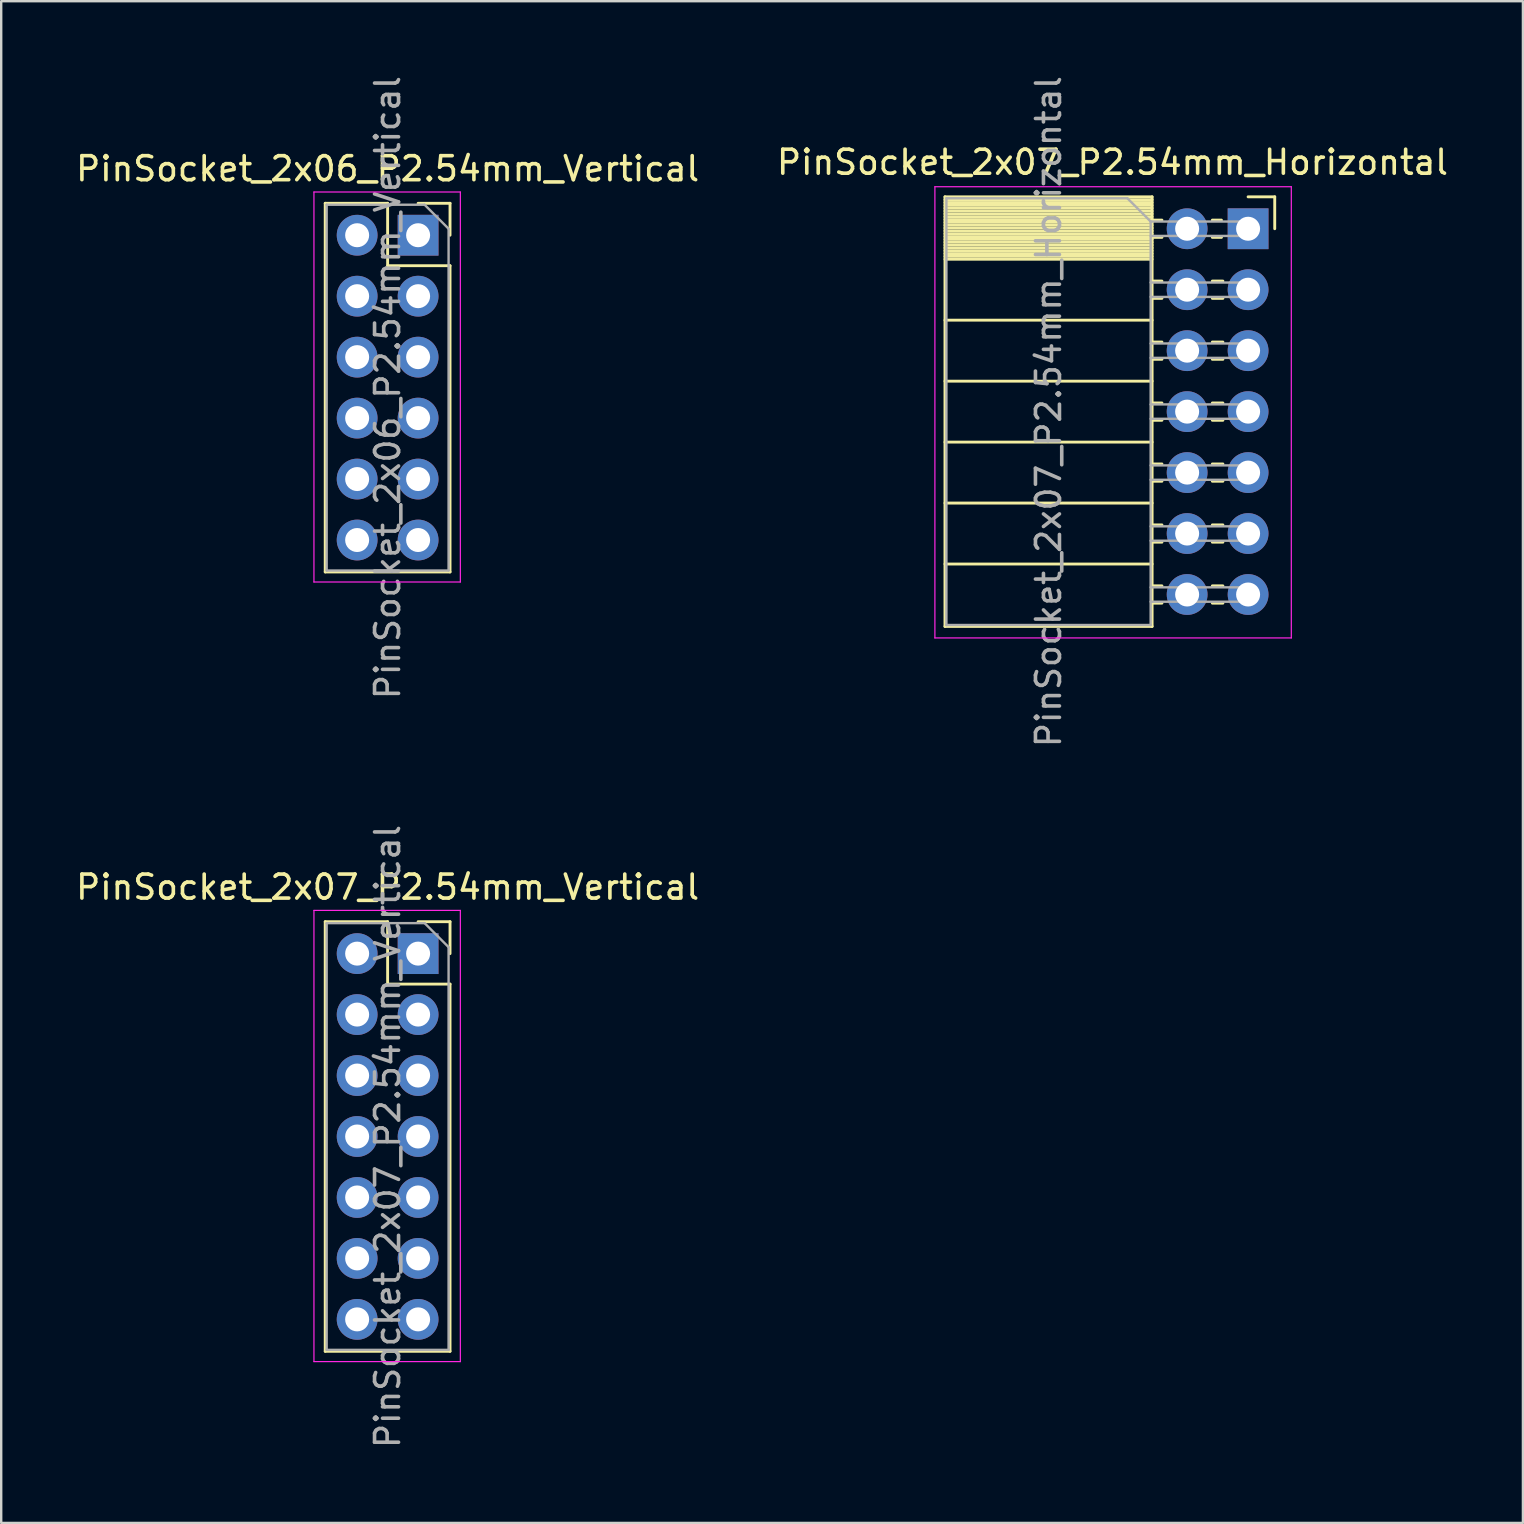
<source format=kicad_pcb>
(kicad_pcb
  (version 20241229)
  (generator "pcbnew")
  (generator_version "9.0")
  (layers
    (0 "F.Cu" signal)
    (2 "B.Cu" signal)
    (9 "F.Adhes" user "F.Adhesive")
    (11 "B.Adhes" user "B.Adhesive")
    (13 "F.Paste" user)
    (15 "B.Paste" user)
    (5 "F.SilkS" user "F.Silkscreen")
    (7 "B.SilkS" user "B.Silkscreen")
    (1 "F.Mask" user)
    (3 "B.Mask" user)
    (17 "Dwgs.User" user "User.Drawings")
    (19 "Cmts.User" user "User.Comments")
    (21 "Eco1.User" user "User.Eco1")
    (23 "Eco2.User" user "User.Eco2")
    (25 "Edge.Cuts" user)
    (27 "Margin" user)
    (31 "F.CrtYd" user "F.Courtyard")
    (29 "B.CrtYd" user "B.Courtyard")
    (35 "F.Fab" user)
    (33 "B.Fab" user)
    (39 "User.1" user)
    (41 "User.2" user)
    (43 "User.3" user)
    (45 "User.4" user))
  (footprint "PinSocket_2x07_P2.54mm_Horizontal"
    (layer "F.Cu")
    (at 48.954 6.481)
    (property "Reference" "PinSocket_2x07_P2.54mm_Horizontal" (at -5.65 -2.77 0) (layer "F.SilkS") (effects (font (size 1 1) (thickness 0.15))))
    (attr through_hole)
    (fp_line (start -12.63 -1.33) (end -12.63 16.57) (stroke (width 0.12) (type solid)) (layer "F.SilkS"))
    (fp_line (start -12.63 -1.33) (end -4 -1.33) (stroke (width 0.12) (type solid)) (layer "F.SilkS"))
    (fp_line (start -12.63 -1.21) (end -4 -1.21) (stroke (width 0.12) (type solid)) (layer "F.SilkS"))
    (fp_line (start -12.63 -1.092) (end -4 -1.092) (stroke (width 0.12) (type solid)) (layer "F.SilkS"))
    (fp_line (start -12.63 -0.974) (end -4 -0.974) (stroke (width 0.12) (type solid)) (layer "F.SilkS"))
    (fp_line (start -12.63 -0.856) (end -4 -0.856) (stroke (width 0.12) (type solid)) (layer "F.SilkS"))
    (fp_line (start -12.63 -0.738) (end -4 -0.738) (stroke (width 0.12) (type solid)) (layer "F.SilkS"))
    (fp_line (start -12.63 -0.62) (end -4 -0.62) (stroke (width 0.12) (type solid)) (layer "F.SilkS"))
    (fp_line (start -12.63 -0.501) (end -4 -0.501) (stroke (width 0.12) (type solid)) (layer "F.SilkS"))
    (fp_line (start -12.63 -0.383) (end -4 -0.383) (stroke (width 0.12) (type solid)) (layer "F.SilkS"))
    (fp_line (start -12.63 -0.265) (end -4 -0.265) (stroke (width 0.12) (type solid)) (layer "F.SilkS"))
    (fp_line (start -12.63 -0.147) (end -4 -0.147) (stroke (width 0.12) (type solid)) (layer "F.SilkS"))
    (fp_line (start -12.63 -0.029) (end -4 -0.029) (stroke (width 0.12) (type solid)) (layer "F.SilkS"))
    (fp_line (start -12.63 0.089) (end -4 0.089) (stroke (width 0.12) (type solid)) (layer "F.SilkS"))
    (fp_line (start -12.63 0.207) (end -4 0.207) (stroke (width 0.12) (type solid)) (layer "F.SilkS"))
    (fp_line (start -12.63 0.325) (end -4 0.325) (stroke (width 0.12) (type solid)) (layer "F.SilkS"))
    (fp_line (start -12.63 0.443) (end -4 0.443) (stroke (width 0.12) (type solid)) (layer "F.SilkS"))
    (fp_line (start -12.63 0.561) (end -4 0.561) (stroke (width 0.12) (type solid)) (layer "F.SilkS"))
    (fp_line (start -12.63 0.68) (end -4 0.68) (stroke (width 0.12) (type solid)) (layer "F.SilkS"))
    (fp_line (start -12.63 0.798) (end -4 0.798) (stroke (width 0.12) (type solid)) (layer "F.SilkS"))
    (fp_line (start -12.63 0.916) (end -4 0.916) (stroke (width 0.12) (type solid)) (layer "F.SilkS"))
    (fp_line (start -12.63 1.034) (end -4 1.034) (stroke (width 0.12) (type solid)) (layer "F.SilkS"))
    (fp_line (start -12.63 1.152) (end -4 1.152) (stroke (width 0.12) (type solid)) (layer "F.SilkS"))
    (fp_line (start -12.63 1.27) (end -4 1.27) (stroke (width 0.12) (type solid)) (layer "F.SilkS"))
    (fp_line (start -12.63 3.81) (end -4 3.81) (stroke (width 0.12) (type solid)) (layer "F.SilkS"))
    (fp_line (start -12.63 6.35) (end -4 6.35) (stroke (width 0.12) (type solid)) (layer "F.SilkS"))
    (fp_line (start -12.63 8.89) (end -4 8.89) (stroke (width 0.12) (type solid)) (layer "F.SilkS"))
    (fp_line (start -12.63 11.43) (end -4 11.43) (stroke (width 0.12) (type solid)) (layer "F.SilkS"))
    (fp_line (start -12.63 13.97) (end -4 13.97) (stroke (width 0.12) (type solid)) (layer "F.SilkS"))
    (fp_line (start -12.63 16.57) (end -4 16.57) (stroke (width 0.12) (type solid)) (layer "F.SilkS"))
    (fp_line (start -4 -1.33) (end -4 16.57) (stroke (width 0.12) (type solid)) (layer "F.SilkS"))
    (fp_line (start -4 -0.36) (end -3.59 -0.36) (stroke (width 0.12) (type solid)) (layer "F.SilkS"))
    (fp_line (start -4 0.36) (end -3.59 0.36) (stroke (width 0.12) (type solid)) (layer "F.SilkS"))
    (fp_line (start -4 2.18) (end -3.59 2.18) (stroke (width 0.12) (type solid)) (layer "F.SilkS"))
    (fp_line (start -4 2.9) (end -3.59 2.9) (stroke (width 0.12) (type solid)) (layer "F.SilkS"))
    (fp_line (start -4 4.72) (end -3.59 4.72) (stroke (width 0.12) (type solid)) (layer "F.SilkS"))
    (fp_line (start -4 5.44) (end -3.59 5.44) (stroke (width 0.12) (type solid)) (layer "F.SilkS"))
    (fp_line (start -4 7.26) (end -3.59 7.26) (stroke (width 0.12) (type solid)) (layer "F.SilkS"))
    (fp_line (start -4 7.98) (end -3.59 7.98) (stroke (width 0.12) (type solid)) (layer "F.SilkS"))
    (fp_line (start -4 9.8) (end -3.59 9.8) (stroke (width 0.12) (type solid)) (layer "F.SilkS"))
    (fp_line (start -4 10.52) (end -3.59 10.52) (stroke (width 0.12) (type solid)) (layer "F.SilkS"))
    (fp_line (start -4 12.34) (end -3.59 12.34) (stroke (width 0.12) (type solid)) (layer "F.SilkS"))
    (fp_line (start -4 13.06) (end -3.59 13.06) (stroke (width 0.12) (type solid)) (layer "F.SilkS"))
    (fp_line (start -4 14.88) (end -3.59 14.88) (stroke (width 0.12) (type solid)) (layer "F.SilkS"))
    (fp_line (start -4 15.6) (end -3.59 15.6) (stroke (width 0.12) (type solid)) (layer "F.SilkS"))
    (fp_line (start -1.49 -0.36) (end -1.11 -0.36) (stroke (width 0.12) (type solid)) (layer "F.SilkS"))
    (fp_line (start -1.49 0.36) (end -1.11 0.36) (stroke (width 0.12) (type solid)) (layer "F.SilkS"))
    (fp_line (start -1.49 2.18) (end -1.05 2.18) (stroke (width 0.12) (type solid)) (layer "F.SilkS"))
    (fp_line (start -1.49 2.9) (end -1.05 2.9) (stroke (width 0.12) (type solid)) (layer "F.SilkS"))
    (fp_line (start -1.49 4.72) (end -1.05 4.72) (stroke (width 0.12) (type solid)) (layer "F.SilkS"))
    (fp_line (start -1.49 5.44) (end -1.05 5.44) (stroke (width 0.12) (type solid)) (layer "F.SilkS"))
    (fp_line (start -1.49 7.26) (end -1.05 7.26) (stroke (width 0.12) (type solid)) (layer "F.SilkS"))
    (fp_line (start -1.49 7.98) (end -1.05 7.98) (stroke (width 0.12) (type solid)) (layer "F.SilkS"))
    (fp_line (start -1.49 9.8) (end -1.05 9.8) (stroke (width 0.12) (type solid)) (layer "F.SilkS"))
    (fp_line (start -1.49 10.52) (end -1.05 10.52) (stroke (width 0.12) (type solid)) (layer "F.SilkS"))
    (fp_line (start -1.49 12.34) (end -1.05 12.34) (stroke (width 0.12) (type solid)) (layer "F.SilkS"))
    (fp_line (start -1.49 13.06) (end -1.05 13.06) (stroke (width 0.12) (type solid)) (layer "F.SilkS"))
    (fp_line (start -1.49 14.88) (end -1.05 14.88) (stroke (width 0.12) (type solid)) (layer "F.SilkS"))
    (fp_line (start -1.49 15.6) (end -1.05 15.6) (stroke (width 0.12) (type solid)) (layer "F.SilkS"))
    (fp_line (start 0 -1.33) (end 1.11 -1.33) (stroke (width 0.12) (type solid)) (layer "F.SilkS"))
    (fp_line (start 1.11 -1.33) (end 1.11 0) (stroke (width 0.12) (type solid)) (layer "F.SilkS"))
    (fp_line (start -13.05 -1.75) (end -13.05 17.05) (stroke (width 0.05) (type solid)) (layer "F.CrtYd"))
    (fp_line (start -13.05 17.05) (end 1.8 17.05) (stroke (width 0.05) (type solid)) (layer "F.CrtYd"))
    (fp_line (start 1.8 -1.75) (end -13.05 -1.75) (stroke (width 0.05) (type solid)) (layer "F.CrtYd"))
    (fp_line (start 1.8 17.05) (end 1.8 -1.75) (stroke (width 0.05) (type solid)) (layer "F.CrtYd"))
    (fp_line (start -12.57 -1.27) (end -5.03 -1.27) (stroke (width 0.1) (type solid)) (layer "F.Fab"))
    (fp_line (start -12.57 16.51) (end -12.57 -1.27) (stroke (width 0.1) (type solid)) (layer "F.Fab"))
    (fp_line (start -5.03 -1.27) (end -4.06 -0.3) (stroke (width 0.1) (type solid)) (layer "F.Fab"))
    (fp_line (start -4.06 -0.3) (end -4.06 16.51) (stroke (width 0.1) (type solid)) (layer "F.Fab"))
    (fp_line (start -4.06 0.3) (end 0 0.3) (stroke (width 0.1) (type solid)) (layer "F.Fab"))
    (fp_line (start -4.06 2.84) (end 0 2.84) (stroke (width 0.1) (type solid)) (layer "F.Fab"))
    (fp_line (start -4.06 5.38) (end 0 5.38) (stroke (width 0.1) (type solid)) (layer "F.Fab"))
    (fp_line (start -4.06 7.92) (end 0 7.92) (stroke (width 0.1) (type solid)) (layer "F.Fab"))
    (fp_line (start -4.06 10.46) (end 0 10.46) (stroke (width 0.1) (type solid)) (layer "F.Fab"))
    (fp_line (start -4.06 13) (end 0 13) (stroke (width 0.1) (type solid)) (layer "F.Fab"))
    (fp_line (start -4.06 15.54) (end 0 15.54) (stroke (width 0.1) (type solid)) (layer "F.Fab"))
    (fp_line (start -4.06 16.51) (end -12.57 16.51) (stroke (width 0.1) (type solid)) (layer "F.Fab"))
    (fp_line (start 0 -0.3) (end -4.06 -0.3) (stroke (width 0.1) (type solid)) (layer "F.Fab"))
    (fp_line (start 0 0.3) (end 0 -0.3) (stroke (width 0.1) (type solid)) (layer "F.Fab"))
    (fp_line (start 0 2.24) (end -4.06 2.24) (stroke (width 0.1) (type solid)) (layer "F.Fab"))
    (fp_line (start 0 2.84) (end 0 2.24) (stroke (width 0.1) (type solid)) (layer "F.Fab"))
    (fp_line (start 0 4.78) (end -4.06 4.78) (stroke (width 0.1) (type solid)) (layer "F.Fab"))
    (fp_line (start 0 5.38) (end 0 4.78) (stroke (width 0.1) (type solid)) (layer "F.Fab"))
    (fp_line (start 0 7.32) (end -4.06 7.32) (stroke (width 0.1) (type solid)) (layer "F.Fab"))
    (fp_line (start 0 7.92) (end 0 7.32) (stroke (width 0.1) (type solid)) (layer "F.Fab"))
    (fp_line (start 0 9.86) (end -4.06 9.86) (stroke (width 0.1) (type solid)) (layer "F.Fab"))
    (fp_line (start 0 10.46) (end 0 9.86) (stroke (width 0.1) (type solid)) (layer "F.Fab"))
    (fp_line (start 0 12.4) (end -4.06 12.4) (stroke (width 0.1) (type solid)) (layer "F.Fab"))
    (fp_line (start 0 13) (end 0 12.4) (stroke (width 0.1) (type solid)) (layer "F.Fab"))
    (fp_line (start 0 14.94) (end -4.06 14.94) (stroke (width 0.1) (type solid)) (layer "F.Fab"))
    (fp_line (start 0 15.54) (end 0 14.94) (stroke (width 0.1) (type solid)) (layer "F.Fab"))
    (fp_text user "${REFERENCE}" (at -8.315 7.62 90) (layer "F.Fab") (effects (font (size 1 1) (thickness 0.15))))
    (pad "1" thru_hole rect (at 0 0) (size 1.7 1.7) (drill 1) (layers "*.Cu" "*.Mask"))
    (pad "2" thru_hole oval (at -2.54 0) (size 1.7 1.7) (drill 1) (layers "*.Cu" "*.Mask"))
    (pad "3" thru_hole oval (at 0 2.54) (size 1.7 1.7) (drill 1) (layers "*.Cu" "*.Mask"))
    (pad "4" thru_hole oval (at -2.54 2.54) (size 1.7 1.7) (drill 1) (layers "*.Cu" "*.Mask"))
    (pad "5" thru_hole oval (at 0 5.08) (size 1.7 1.7) (drill 1) (layers "*.Cu" "*.Mask"))
    (pad "6" thru_hole oval (at -2.54 5.08) (size 1.7 1.7) (drill 1) (layers "*.Cu" "*.Mask"))
    (pad "7" thru_hole oval (at 0 7.62) (size 1.7 1.7) (drill 1) (layers "*.Cu" "*.Mask"))
    (pad "8" thru_hole oval (at -2.54 7.62) (size 1.7 1.7) (drill 1) (layers "*.Cu" "*.Mask"))
    (pad "9" thru_hole oval (at 0 10.16) (size 1.7 1.7) (drill 1) (layers "*.Cu" "*.Mask"))
    (pad "10" thru_hole oval (at -2.54 10.16) (size 1.7 1.7) (drill 1) (layers "*.Cu" "*.Mask"))
    (pad "11" thru_hole oval (at 0 12.7) (size 1.7 1.7) (drill 1) (layers "*.Cu" "*.Mask"))
    (pad "12" thru_hole oval (at -2.54 12.7) (size 1.7 1.7) (drill 1) (layers "*.Cu" "*.Mask"))
    (pad "13" thru_hole oval (at 0 15.24) (size 1.7 1.7) (drill 1) (layers "*.Cu" "*.Mask"))
    (pad "14" thru_hole oval (at -2.54 15.24) (size 1.7 1.7) (drill 1) (layers "*.Cu" "*.Mask")))
  (footprint "PinSocket_2x06_P2.54mm_Vertical"
    (layer "F.Cu")
    (at 14.371 6.751)
    (property "Reference" "PinSocket_2x06_P2.54mm_Vertical" (at -1.27 -2.77 0) (layer "F.SilkS") (effects (font (size 1 1) (thickness 0.15))))
    (attr through_hole)
    (fp_line (start -3.87 -1.33) (end -3.87 14.03) (stroke (width 0.12) (type solid)) (layer "F.SilkS"))
    (fp_line (start -3.87 -1.33) (end -1.27 -1.33) (stroke (width 0.12) (type solid)) (layer "F.SilkS"))
    (fp_line (start -3.87 14.03) (end 1.33 14.03) (stroke (width 0.12) (type solid)) (layer "F.SilkS"))
    (fp_line (start -1.27 -1.33) (end -1.27 1.27) (stroke (width 0.12) (type solid)) (layer "F.SilkS"))
    (fp_line (start -1.27 1.27) (end 1.33 1.27) (stroke (width 0.12) (type solid)) (layer "F.SilkS"))
    (fp_line (start 0 -1.33) (end 1.33 -1.33) (stroke (width 0.12) (type solid)) (layer "F.SilkS"))
    (fp_line (start 1.33 -1.33) (end 1.33 0) (stroke (width 0.12) (type solid)) (layer "F.SilkS"))
    (fp_line (start 1.33 1.27) (end 1.33 14.03) (stroke (width 0.12) (type solid)) (layer "F.SilkS"))
    (fp_line (start -4.34 -1.8) (end 1.76 -1.8) (stroke (width 0.05) (type solid)) (layer "F.CrtYd"))
    (fp_line (start -4.34 14.45) (end -4.34 -1.8) (stroke (width 0.05) (type solid)) (layer "F.CrtYd"))
    (fp_line (start 1.76 -1.8) (end 1.76 14.45) (stroke (width 0.05) (type solid)) (layer "F.CrtYd"))
    (fp_line (start 1.76 14.45) (end -4.34 14.45) (stroke (width 0.05) (type solid)) (layer "F.CrtYd"))
    (fp_line (start -3.81 -1.27) (end 0.27 -1.27) (stroke (width 0.1) (type solid)) (layer "F.Fab"))
    (fp_line (start -3.81 13.97) (end -3.81 -1.27) (stroke (width 0.1) (type solid)) (layer "F.Fab"))
    (fp_line (start 0.27 -1.27) (end 1.27 -0.27) (stroke (width 0.1) (type solid)) (layer "F.Fab"))
    (fp_line (start 1.27 -0.27) (end 1.27 13.97) (stroke (width 0.1) (type solid)) (layer "F.Fab"))
    (fp_line (start 1.27 13.97) (end -3.81 13.97) (stroke (width 0.1) (type solid)) (layer "F.Fab"))
    (fp_text user "${REFERENCE}" (at -1.27 6.35 90) (layer "F.Fab") (effects (font (size 1 1) (thickness 0.15))))
    (pad "1" thru_hole rect (at 0 0) (size 1.7 1.7) (drill 1) (layers "*.Cu" "*.Mask"))
    (pad "2" thru_hole oval (at -2.54 0) (size 1.7 1.7) (drill 1) (layers "*.Cu" "*.Mask"))
    (pad "3" thru_hole oval (at 0 2.54) (size 1.7 1.7) (drill 1) (layers "*.Cu" "*.Mask"))
    (pad "4" thru_hole oval (at -2.54 2.54) (size 1.7 1.7) (drill 1) (layers "*.Cu" "*.Mask"))
    (pad "5" thru_hole oval (at 0 5.08) (size 1.7 1.7) (drill 1) (layers "*.Cu" "*.Mask"))
    (pad "6" thru_hole oval (at -2.54 5.08) (size 1.7 1.7) (drill 1) (layers "*.Cu" "*.Mask"))
    (pad "7" thru_hole oval (at 0 7.62) (size 1.7 1.7) (drill 1) (layers "*.Cu" "*.Mask"))
    (pad "8" thru_hole oval (at -2.54 7.62) (size 1.7 1.7) (drill 1) (layers "*.Cu" "*.Mask"))
    (pad "9" thru_hole oval (at 0 10.16) (size 1.7 1.7) (drill 1) (layers "*.Cu" "*.Mask"))
    (pad "10" thru_hole oval (at -2.54 10.16) (size 1.7 1.7) (drill 1) (layers "*.Cu" "*.Mask"))
    (pad "11" thru_hole oval (at 0 12.7) (size 1.7 1.7) (drill 1) (layers "*.Cu" "*.Mask"))
    (pad "12" thru_hole oval (at -2.54 12.7) (size 1.7 1.7) (drill 1) (layers "*.Cu" "*.Mask")))
  (footprint "PinSocket_2x07_P2.54mm_Vertical"
    (layer "F.Cu")
    (at 14.371 36.684)
    (property "Reference" "PinSocket_2x07_P2.54mm_Vertical" (at -1.27 -2.77 0) (layer "F.SilkS") (effects (font (size 1 1) (thickness 0.15))))
    (attr through_hole)
    (fp_line (start -3.87 -1.33) (end -3.87 16.57) (stroke (width 0.12) (type solid)) (layer "F.SilkS"))
    (fp_line (start -3.87 -1.33) (end -1.27 -1.33) (stroke (width 0.12) (type solid)) (layer "F.SilkS"))
    (fp_line (start -3.87 16.57) (end 1.33 16.57) (stroke (width 0.12) (type solid)) (layer "F.SilkS"))
    (fp_line (start -1.27 -1.33) (end -1.27 1.27) (stroke (width 0.12) (type solid)) (layer "F.SilkS"))
    (fp_line (start -1.27 1.27) (end 1.33 1.27) (stroke (width 0.12) (type solid)) (layer "F.SilkS"))
    (fp_line (start 0 -1.33) (end 1.33 -1.33) (stroke (width 0.12) (type solid)) (layer "F.SilkS"))
    (fp_line (start 1.33 -1.33) (end 1.33 0) (stroke (width 0.12) (type solid)) (layer "F.SilkS"))
    (fp_line (start 1.33 1.27) (end 1.33 16.57) (stroke (width 0.12) (type solid)) (layer "F.SilkS"))
    (fp_line (start -4.34 -1.8) (end 1.76 -1.8) (stroke (width 0.05) (type solid)) (layer "F.CrtYd"))
    (fp_line (start -4.34 17) (end -4.34 -1.8) (stroke (width 0.05) (type solid)) (layer "F.CrtYd"))
    (fp_line (start 1.76 -1.8) (end 1.76 17) (stroke (width 0.05) (type solid)) (layer "F.CrtYd"))
    (fp_line (start 1.76 17) (end -4.34 17) (stroke (width 0.05) (type solid)) (layer "F.CrtYd"))
    (fp_line (start -3.81 -1.27) (end 0.27 -1.27) (stroke (width 0.1) (type solid)) (layer "F.Fab"))
    (fp_line (start -3.81 16.51) (end -3.81 -1.27) (stroke (width 0.1) (type solid)) (layer "F.Fab"))
    (fp_line (start 0.27 -1.27) (end 1.27 -0.27) (stroke (width 0.1) (type solid)) (layer "F.Fab"))
    (fp_line (start 1.27 -0.27) (end 1.27 16.51) (stroke (width 0.1) (type solid)) (layer "F.Fab"))
    (fp_line (start 1.27 16.51) (end -3.81 16.51) (stroke (width 0.1) (type solid)) (layer "F.Fab"))
    (fp_text user "${REFERENCE}" (at -1.27 7.62 90) (layer "F.Fab") (effects (font (size 1 1) (thickness 0.15))))
    (pad "1" thru_hole rect (at 0 0) (size 1.7 1.7) (drill 1) (layers "*.Cu" "*.Mask"))
    (pad "2" thru_hole oval (at -2.54 0) (size 1.7 1.7) (drill 1) (layers "*.Cu" "*.Mask"))
    (pad "3" thru_hole oval (at 0 2.54) (size 1.7 1.7) (drill 1) (layers "*.Cu" "*.Mask"))
    (pad "4" thru_hole oval (at -2.54 2.54) (size 1.7 1.7) (drill 1) (layers "*.Cu" "*.Mask"))
    (pad "5" thru_hole oval (at 0 5.08) (size 1.7 1.7) (drill 1) (layers "*.Cu" "*.Mask"))
    (pad "6" thru_hole oval (at -2.54 5.08) (size 1.7 1.7) (drill 1) (layers "*.Cu" "*.Mask"))
    (pad "7" thru_hole oval (at 0 7.62) (size 1.7 1.7) (drill 1) (layers "*.Cu" "*.Mask"))
    (pad "8" thru_hole oval (at -2.54 7.62) (size 1.7 1.7) (drill 1) (layers "*.Cu" "*.Mask"))
    (pad "9" thru_hole oval (at 0 10.16) (size 1.7 1.7) (drill 1) (layers "*.Cu" "*.Mask"))
    (pad "10" thru_hole oval (at -2.54 10.16) (size 1.7 1.7) (drill 1) (layers "*.Cu" "*.Mask"))
    (pad "11" thru_hole oval (at 0 12.7) (size 1.7 1.7) (drill 1) (layers "*.Cu" "*.Mask"))
    (pad "12" thru_hole oval (at -2.54 12.7) (size 1.7 1.7) (drill 1) (layers "*.Cu" "*.Mask"))
    (pad "13" thru_hole oval (at 0 15.24) (size 1.7 1.7) (drill 1) (layers "*.Cu" "*.Mask"))
    (pad "14" thru_hole oval (at -2.54 15.24) (size 1.7 1.7) (drill 1) (layers "*.Cu" "*.Mask")))
  (gr_rect
    (start -3 -3)
    (end 60.405 60.405)
    (stroke (width 0.1) (type default))
    (fill no)
    (layer "Edge.Cuts")))
</source>
